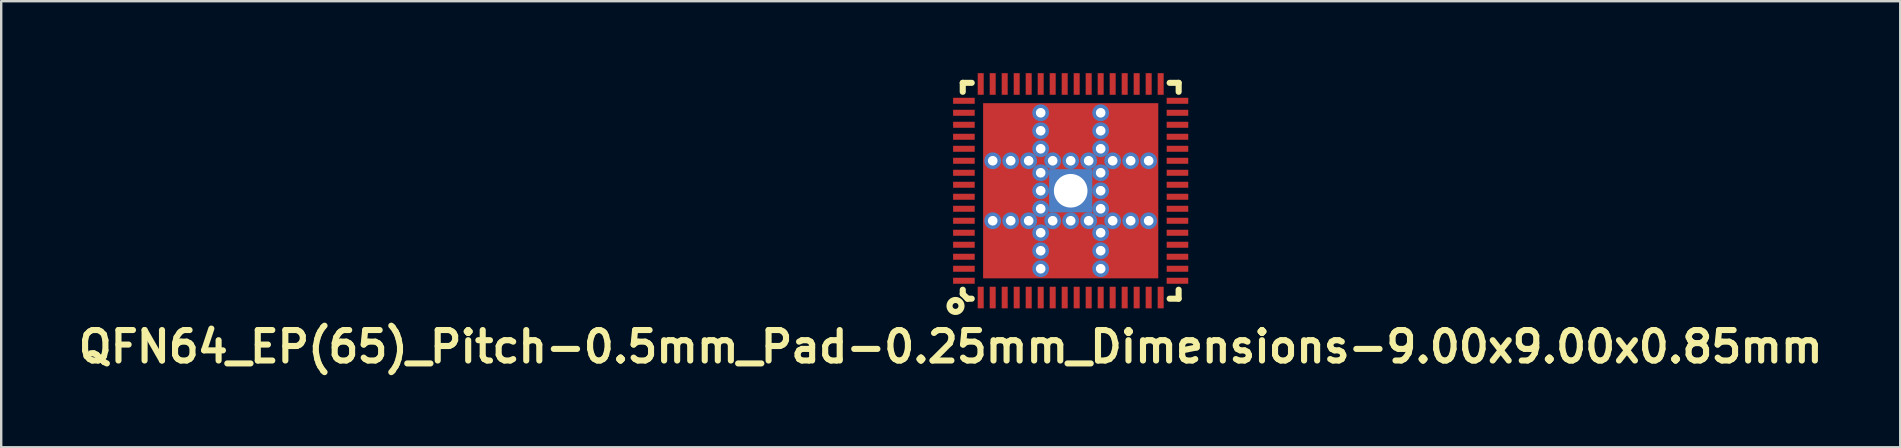
<source format=kicad_pcb>
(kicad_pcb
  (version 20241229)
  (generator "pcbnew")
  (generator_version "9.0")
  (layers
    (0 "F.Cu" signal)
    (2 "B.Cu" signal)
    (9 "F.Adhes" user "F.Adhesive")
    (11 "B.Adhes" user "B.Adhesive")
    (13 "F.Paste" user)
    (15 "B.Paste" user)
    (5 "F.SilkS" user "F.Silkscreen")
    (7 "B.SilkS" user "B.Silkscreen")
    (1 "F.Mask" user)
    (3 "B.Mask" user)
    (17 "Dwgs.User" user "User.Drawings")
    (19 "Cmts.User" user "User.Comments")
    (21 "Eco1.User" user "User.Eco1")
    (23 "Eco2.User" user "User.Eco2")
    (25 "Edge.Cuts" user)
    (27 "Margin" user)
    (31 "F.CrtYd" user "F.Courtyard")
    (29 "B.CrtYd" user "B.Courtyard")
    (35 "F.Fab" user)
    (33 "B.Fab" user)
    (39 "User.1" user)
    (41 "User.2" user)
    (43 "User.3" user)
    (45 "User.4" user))
  (footprint "QFN64_EP(65)_Pitch-0.5mm_Pad-0.25mm_Dimensions-9.00x9.00x0.85mm"
    (layer "F.Cu")
    (at 41.57 4.9)
    (property "Reference" "QFN64_EP(65)_Pitch-0.5mm_Pad-0.25mm_Dimensions-9.00x9.00x0.85mm" (at -5 6.5 0) (layer "F.SilkS") (effects (font (size 1.27 1.27) (thickness 0.254))))
    (attr smd)
    (fp_line (start -4.498 -4.498) (end -4.124 -4.498) (stroke (width 0.254) (type solid)) (layer "F.SilkS"))
    (fp_line (start -4.498 -4.124) (end -4.498 -4.498) (stroke (width 0.254) (type solid)) (layer "F.SilkS"))
    (fp_line (start -4.498 4.299) (end -4.498 4.124) (stroke (width 0.254) (type solid)) (layer "F.SilkS"))
    (fp_line (start -4.299 4.498) (end -4.498 4.299) (stroke (width 0.254) (type solid)) (layer "F.SilkS"))
    (fp_line (start -4.124 4.498) (end -4.299 4.498) (stroke (width 0.254) (type solid)) (layer "F.SilkS"))
    (fp_line (start 4.124 -4.498) (end 4.498 -4.498) (stroke (width 0.254) (type solid)) (layer "F.SilkS"))
    (fp_line (start 4.498 4.124) (end 4.498 4.498) (stroke (width 0.254) (type solid)) (layer "F.SilkS"))
    (fp_line (start 4.498 4.498) (end 4.124 4.498) (stroke (width 0.254) (type solid)) (layer "F.SilkS"))
    (fp_line (start 4.5 -4.498) (end 4.5 -4.124) (stroke (width 0.254) (type solid)) (layer "F.SilkS"))
    (fp_circle (center -4.8 4.8) (end -5.05 4.8) (stroke (width 0.254) (type solid)) (fill no) (layer "F.SilkS"))
    (pad "" smd rect (at -2.5 -2.5) (size 2 2) (layers "F.Paste"))
    (pad "" smd rect (at -2.5 0) (size 2 2) (layers "F.Paste"))
    (pad "" smd rect (at -2.5 2.5) (size 2 2) (layers "F.Paste"))
    (pad "" smd rect (at 0 -2.5) (size 2 2) (layers "F.Paste"))
    (pad "" smd rect (at 0 2.5) (size 2 2) (layers "F.Paste"))
    (pad "" smd rect (at 2.5 -2.5) (size 2 2) (layers "F.Paste"))
    (pad "" smd rect (at 2.5 0) (size 2 2) (layers "F.Paste"))
    (pad "" smd rect (at 2.5 2.5) (size 2 2) (layers "F.Paste"))
    (pad "1" smd rect (at -3.75 4.45) (size 0.25 0.9) (layers "F.Cu" "F.Mask" "F.Paste"))
    (pad "2" smd rect (at -3.25 4.45) (size 0.25 0.9) (layers "F.Cu" "F.Mask" "F.Paste"))
    (pad "3" smd rect (at -2.75 4.45) (size 0.25 0.9) (layers "F.Cu" "F.Mask" "F.Paste"))
    (pad "4" smd rect (at -2.25 4.45) (size 0.25 0.9) (layers "F.Cu" "F.Mask" "F.Paste"))
    (pad "5" smd rect (at -1.75 4.45) (size 0.25 0.9) (layers "F.Cu" "F.Mask" "F.Paste"))
    (pad "6" smd rect (at -1.25 4.45) (size 0.25 0.9) (layers "F.Cu" "F.Mask" "F.Paste"))
    (pad "7" smd rect (at -0.75 4.45) (size 0.25 0.9) (layers "F.Cu" "F.Mask" "F.Paste"))
    (pad "8" smd rect (at -0.25 4.45) (size 0.25 0.9) (layers "F.Cu" "F.Mask" "F.Paste"))
    (pad "9" smd rect (at 0.25 4.45) (size 0.25 0.9) (layers "F.Cu" "F.Mask" "F.Paste"))
    (pad "10" smd rect (at 0.75 4.45) (size 0.25 0.9) (layers "F.Cu" "F.Mask" "F.Paste"))
    (pad "11" smd rect (at 1.25 4.45) (size 0.25 0.9) (layers "F.Cu" "F.Mask" "F.Paste"))
    (pad "12" smd rect (at 1.75 4.45) (size 0.25 0.9) (layers "F.Cu" "F.Mask" "F.Paste"))
    (pad "13" smd rect (at 2.25 4.45) (size 0.25 0.9) (layers "F.Cu" "F.Mask" "F.Paste"))
    (pad "14" smd rect (at 2.75 4.45) (size 0.25 0.9) (layers "F.Cu" "F.Mask" "F.Paste"))
    (pad "15" smd rect (at 3.25 4.45) (size 0.25 0.9) (layers "F.Cu" "F.Mask" "F.Paste"))
    (pad "16" smd rect (at 3.75 4.45) (size 0.25 0.9) (layers "F.Cu" "F.Mask" "F.Paste"))
    (pad "17" smd rect (at 4.45 3.75 90) (size 0.25 0.9) (layers "F.Cu" "F.Mask" "F.Paste"))
    (pad "18" smd rect (at 4.45 3.25 90) (size 0.25 0.9) (layers "F.Cu" "F.Mask" "F.Paste"))
    (pad "19" smd rect (at 4.45 2.75 90) (size 0.25 0.9) (layers "F.Cu" "F.Mask" "F.Paste"))
    (pad "20" smd rect (at 4.45 2.25 90) (size 0.25 0.9) (layers "F.Cu" "F.Mask" "F.Paste"))
    (pad "21" smd rect (at 4.45 1.75 90) (size 0.25 0.9) (layers "F.Cu" "F.Mask" "F.Paste"))
    (pad "22" smd rect (at 4.45 1.25 90) (size 0.25 0.9) (layers "F.Cu" "F.Mask" "F.Paste"))
    (pad "23" smd rect (at 4.45 0.75 90) (size 0.25 0.9) (layers "F.Cu" "F.Mask" "F.Paste"))
    (pad "24" smd rect (at 4.45 0.25 90) (size 0.25 0.9) (layers "F.Cu" "F.Mask" "F.Paste"))
    (pad "25" smd rect (at 4.45 -0.25 90) (size 0.25 0.9) (layers "F.Cu" "F.Mask" "F.Paste"))
    (pad "26" smd rect (at 4.45 -0.75 90) (size 0.25 0.9) (layers "F.Cu" "F.Mask" "F.Paste"))
    (pad "27" smd rect (at 4.45 -1.25 90) (size 0.25 0.9) (layers "F.Cu" "F.Mask" "F.Paste"))
    (pad "28" smd rect (at 4.45 -1.75 90) (size 0.25 0.9) (layers "F.Cu" "F.Mask" "F.Paste"))
    (pad "29" smd rect (at 4.45 -2.25 90) (size 0.25 0.9) (layers "F.Cu" "F.Mask" "F.Paste"))
    (pad "30" smd rect (at 4.45 -2.75 90) (size 0.25 0.9) (layers "F.Cu" "F.Mask" "F.Paste"))
    (pad "31" smd rect (at 4.45 -3.25 90) (size 0.25 0.9) (layers "F.Cu" "F.Mask" "F.Paste"))
    (pad "32" smd rect (at 4.45 -3.75 90) (size 0.25 0.9) (layers "F.Cu" "F.Mask" "F.Paste"))
    (pad "33" smd rect (at 3.75 -4.45 180) (size 0.25 0.9) (layers "F.Cu" "F.Mask" "F.Paste"))
    (pad "34" smd rect (at 3.25 -4.45 180) (size 0.25 0.9) (layers "F.Cu" "F.Mask" "F.Paste"))
    (pad "35" smd rect (at 2.75 -4.45 180) (size 0.25 0.9) (layers "F.Cu" "F.Mask" "F.Paste"))
    (pad "36" smd rect (at 2.25 -4.45 180) (size 0.25 0.9) (layers "F.Cu" "F.Mask" "F.Paste"))
    (pad "37" smd rect (at 1.75 -4.45 180) (size 0.25 0.9) (layers "F.Cu" "F.Mask" "F.Paste"))
    (pad "38" smd rect (at 1.25 -4.45 180) (size 0.25 0.9) (layers "F.Cu" "F.Mask" "F.Paste"))
    (pad "39" smd rect (at 0.75 -4.45 180) (size 0.25 0.9) (layers "F.Cu" "F.Mask" "F.Paste"))
    (pad "40" smd rect (at 0.25 -4.45 180) (size 0.25 0.9) (layers "F.Cu" "F.Mask" "F.Paste"))
    (pad "41" smd rect (at -0.25 -4.45 180) (size 0.25 0.9) (layers "F.Cu" "F.Mask" "F.Paste"))
    (pad "42" smd rect (at -0.75 -4.45 180) (size 0.25 0.9) (layers "F.Cu" "F.Mask" "F.Paste"))
    (pad "43" smd rect (at -1.25 -4.45 180) (size 0.25 0.9) (layers "F.Cu" "F.Mask" "F.Paste"))
    (pad "44" smd rect (at -1.75 -4.45 180) (size 0.25 0.9) (layers "F.Cu" "F.Mask" "F.Paste"))
    (pad "45" smd rect (at -2.25 -4.45 180) (size 0.25 0.9) (layers "F.Cu" "F.Mask" "F.Paste"))
    (pad "46" smd rect (at -2.75 -4.45 180) (size 0.25 0.9) (layers "F.Cu" "F.Mask" "F.Paste"))
    (pad "47" smd rect (at -3.25 -4.45 180) (size 0.25 0.9) (layers "F.Cu" "F.Mask" "F.Paste"))
    (pad "48" smd rect (at -3.75 -4.45 180) (size 0.25 0.9) (layers "F.Cu" "F.Mask" "F.Paste"))
    (pad "49" smd rect (at -4.45 -3.75 270) (size 0.25 0.9) (layers "F.Cu" "F.Mask" "F.Paste"))
    (pad "50" smd rect (at -4.45 -3.25 270) (size 0.25 0.9) (layers "F.Cu" "F.Mask" "F.Paste"))
    (pad "51" smd rect (at -4.45 -2.75 270) (size 0.25 0.9) (layers "F.Cu" "F.Mask" "F.Paste"))
    (pad "52" smd rect (at -4.45 -2.25 270) (size 0.25 0.9) (layers "F.Cu" "F.Mask" "F.Paste"))
    (pad "53" smd rect (at -4.45 -1.75 270) (size 0.25 0.9) (layers "F.Cu" "F.Mask" "F.Paste"))
    (pad "54" smd rect (at -4.45 -1.25 270) (size 0.25 0.9) (layers "F.Cu" "F.Mask" "F.Paste"))
    (pad "55" smd rect (at -4.45 -0.75 270) (size 0.25 0.9) (layers "F.Cu" "F.Mask" "F.Paste"))
    (pad "56" smd rect (at -4.45 -0.25 270) (size 0.25 0.9) (layers "F.Cu" "F.Mask" "F.Paste"))
    (pad "57" smd rect (at -4.45 0.25 270) (size 0.25 0.9) (layers "F.Cu" "F.Mask" "F.Paste"))
    (pad "58" smd rect (at -4.45 0.75 270) (size 0.25 0.9) (layers "F.Cu" "F.Mask" "F.Paste"))
    (pad "59" smd rect (at -4.45 1.25 270) (size 0.25 0.9) (layers "F.Cu" "F.Mask" "F.Paste"))
    (pad "60" smd rect (at -4.45 1.75 270) (size 0.25 0.9) (layers "F.Cu" "F.Mask" "F.Paste"))
    (pad "61" smd rect (at -4.45 2.25 270) (size 0.25 0.9) (layers "F.Cu" "F.Mask" "F.Paste"))
    (pad "62" smd rect (at -4.45 2.75 270) (size 0.25 0.9) (layers "F.Cu" "F.Mask" "F.Paste"))
    (pad "63" smd rect (at -4.45 3.25 270) (size 0.25 0.9) (layers "F.Cu" "F.Mask" "F.Paste"))
    (pad "64" smd rect (at -4.45 3.75 270) (size 0.25 0.9) (layers "F.Cu" "F.Mask" "F.Paste"))
    (pad "65" thru_hole circle (at -3.25 -1.25) (size 0.7 0.7) (drill 0.4) (layers "*.Cu"))
    (pad "65" thru_hole circle (at -3.25 1.25) (size 0.7 0.7) (drill 0.4) (layers "*.Cu"))
    (pad "65" thru_hole circle (at -2.5 -1.25) (size 0.7 0.7) (drill 0.4) (layers "*.Cu"))
    (pad "65" thru_hole circle (at -2.5 1.25) (size 0.7 0.7) (drill 0.4) (layers "*.Cu"))
    (pad "65" thru_hole circle (at -1.75 -1.25) (size 0.7 0.7) (drill 0.4) (layers "*.Cu"))
    (pad "65" thru_hole circle (at -1.75 1.25) (size 0.7 0.7) (drill 0.4) (layers "*.Cu"))
    (pad "65" thru_hole circle (at -1.25 -3.25) (size 0.7 0.7) (drill 0.4) (layers "*.Cu"))
    (pad "65" thru_hole circle (at -1.25 -2.5) (size 0.7 0.7) (drill 0.4) (layers "*.Cu"))
    (pad "65" thru_hole circle (at -1.25 -1.75) (size 0.7 0.7) (drill 0.4) (layers "*.Cu"))
    (pad "65" thru_hole circle (at -1.25 -0.75) (size 0.7 0.7) (drill 0.4) (layers "*.Cu"))
    (pad "65" thru_hole circle (at -1.25 0) (size 0.7 0.7) (drill 0.4) (layers "*.Cu"))
    (pad "65" thru_hole circle (at -1.25 0.75) (size 0.7 0.7) (drill 0.4) (layers "*.Cu"))
    (pad "65" thru_hole circle (at -1.25 1.75) (size 0.7 0.7) (drill 0.4) (layers "*.Cu"))
    (pad "65" thru_hole circle (at -1.25 2.5) (size 0.7 0.7) (drill 0.4) (layers "*.Cu"))
    (pad "65" thru_hole circle (at -1.25 3.25) (size 0.7 0.7) (drill 0.4) (layers "*.Cu"))
    (pad "65" thru_hole circle (at -0.75 -1.25) (size 0.7 0.7) (drill 0.4) (layers "*.Cu"))
    (pad "65" thru_hole circle (at -0.75 1.25) (size 0.7 0.7) (drill 0.4) (layers "*.Cu"))
    (pad "65" thru_hole circle (at 0 -1.25) (size 0.7 0.7) (drill 0.4) (layers "*.Cu"))
    (pad "65" thru_hole rect (at 0 0) (size 1.8 1.8) (drill 1.4) (layers "*.Cu" "*.Mask"))
    (pad "65" smd rect (at 0 0) (size 7.3 7.3) (layers "F.Cu" "F.Mask"))
    (pad "65" thru_hole circle (at 0 1.25) (size 0.7 0.7) (drill 0.4) (layers "*.Cu"))
    (pad "65" thru_hole circle (at 0.75 -1.25) (size 0.7 0.7) (drill 0.4) (layers "*.Cu"))
    (pad "65" thru_hole circle (at 0.75 1.25) (size 0.7 0.7) (drill 0.4) (layers "*.Cu"))
    (pad "65" thru_hole circle (at 1.25 -3.25) (size 0.7 0.7) (drill 0.4) (layers "*.Cu"))
    (pad "65" thru_hole circle (at 1.25 -2.5) (size 0.7 0.7) (drill 0.4) (layers "*.Cu"))
    (pad "65" thru_hole circle (at 1.25 -1.75) (size 0.7 0.7) (drill 0.4) (layers "*.Cu"))
    (pad "65" thru_hole circle (at 1.25 -0.75) (size 0.7 0.7) (drill 0.4) (layers "*.Cu"))
    (pad "65" thru_hole circle (at 1.25 0) (size 0.7 0.7) (drill 0.4) (layers "*.Cu"))
    (pad "65" thru_hole circle (at 1.25 0.75) (size 0.7 0.7) (drill 0.4) (layers "*.Cu"))
    (pad "65" thru_hole circle (at 1.25 1.75) (size 0.7 0.7) (drill 0.4) (layers "*.Cu"))
    (pad "65" thru_hole circle (at 1.25 2.5) (size 0.7 0.7) (drill 0.4) (layers "*.Cu"))
    (pad "65" thru_hole circle (at 1.25 3.25) (size 0.7 0.7) (drill 0.4) (layers "*.Cu"))
    (pad "65" thru_hole circle (at 1.75 -1.25) (size 0.7 0.7) (drill 0.4) (layers "*.Cu"))
    (pad "65" thru_hole circle (at 1.75 1.25) (size 0.7 0.7) (drill 0.4) (layers "*.Cu"))
    (pad "65" thru_hole circle (at 2.5 -1.25) (size 0.7 0.7) (drill 0.4) (layers "*.Cu"))
    (pad "65" thru_hole circle (at 2.5 1.25) (size 0.7 0.7) (drill 0.4) (layers "*.Cu"))
    (pad "65" thru_hole circle (at 3.25 -1.25) (size 0.7 0.7) (drill 0.4) (layers "*.Cu"))
    (pad "65" thru_hole circle (at 3.25 1.25) (size 0.7 0.7) (drill 0.4) (layers "*.Cu")))
  (gr_rect
    (start -3 -3)
    (end 76.14 15.589)
    (stroke (width 0.1) (type default))
    (fill no)
    (layer "Edge.Cuts")))
</source>
